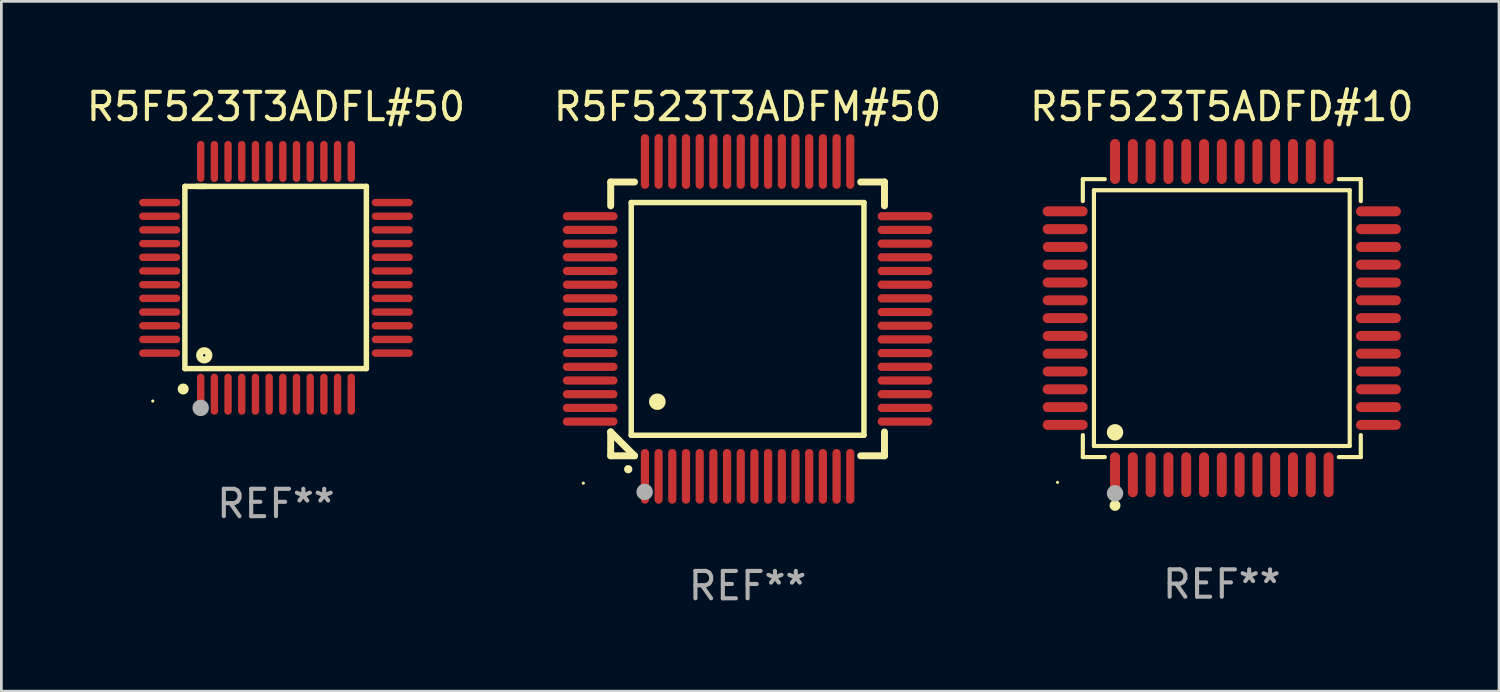
<source format=kicad_pcb>
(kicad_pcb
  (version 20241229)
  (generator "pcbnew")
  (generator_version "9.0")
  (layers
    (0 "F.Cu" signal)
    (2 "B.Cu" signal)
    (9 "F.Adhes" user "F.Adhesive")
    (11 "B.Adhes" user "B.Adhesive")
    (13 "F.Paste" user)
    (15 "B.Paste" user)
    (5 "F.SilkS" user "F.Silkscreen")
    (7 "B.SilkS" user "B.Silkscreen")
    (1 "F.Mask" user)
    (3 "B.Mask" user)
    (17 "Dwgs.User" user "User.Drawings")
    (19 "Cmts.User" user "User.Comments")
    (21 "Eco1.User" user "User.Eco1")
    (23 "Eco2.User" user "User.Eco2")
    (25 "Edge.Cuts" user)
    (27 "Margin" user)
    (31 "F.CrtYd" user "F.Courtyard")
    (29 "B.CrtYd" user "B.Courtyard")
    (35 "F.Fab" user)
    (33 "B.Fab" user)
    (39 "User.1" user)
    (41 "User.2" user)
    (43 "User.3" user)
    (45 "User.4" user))
  (footprint "R5F523T5ADFD#10"
    (layer "F.Cu")
    (at 41.577 8.569)
    (property "Reference" "R5F523T5ADFD#10" (at 0 -7.721 0) (layer "F.SilkS") (effects (font (size 1 1) (thickness 0.15))))
    (attr through_hole)
    (fp_line (start -5.076 -5.076) (end -4.273 -5.076) (stroke (width 0.152) (type solid)) (layer "F.SilkS"))
    (fp_line (start -5.076 -4.273) (end -5.076 -5.076) (stroke (width 0.152) (type solid)) (layer "F.SilkS"))
    (fp_line (start -5.076 4.273) (end -5.076 5.076) (stroke (width 0.152) (type solid)) (layer "F.SilkS"))
    (fp_line (start -5.076 5.076) (end -4.273 5.076) (stroke (width 0.152) (type solid)) (layer "F.SilkS"))
    (fp_line (start -4.671 -4.671) (end 4.671 -4.671) (stroke (width 0.152) (type solid)) (layer "F.SilkS"))
    (fp_line (start -4.671 4.671) (end -4.671 -4.671) (stroke (width 0.152) (type solid)) (layer "F.SilkS"))
    (fp_line (start 4.671 -4.671) (end 4.671 4.671) (stroke (width 0.152) (type solid)) (layer "F.SilkS"))
    (fp_line (start 4.671 4.671) (end -4.671 4.671) (stroke (width 0.152) (type solid)) (layer "F.SilkS"))
    (fp_line (start 5.076 -5.076) (end 4.273 -5.076) (stroke (width 0.152) (type solid)) (layer "F.SilkS"))
    (fp_line (start 5.076 -4.273) (end 5.076 -5.076) (stroke (width 0.152) (type solid)) (layer "F.SilkS"))
    (fp_line (start 5.076 4.273) (end 5.076 5.076) (stroke (width 0.152) (type solid)) (layer "F.SilkS"))
    (fp_line (start 5.076 5.076) (end 4.273 5.076) (stroke (width 0.152) (type solid)) (layer "F.SilkS"))
    (fp_circle (center -6 6) (end -5.97 6) (stroke (width 0.06) (type solid)) (fill no) (layer "F.SilkS"))
    (fp_circle (center -3.9 4.171) (end -3.75 4.171) (stroke (width 0.3) (type solid)) (fill no) (layer "F.SilkS"))
    (fp_circle (center -3.9 6.842) (end -3.8 6.842) (stroke (width 0.2) (type solid)) (fill no) (layer "F.SilkS"))
    (fp_circle (center -3.9 6.4) (end -3.75 6.4) (stroke (width 0.3) (type solid)) (fill no) (layer "F.Fab"))
    (fp_text user "REF**" (at 0 9.721 0) (layer "F.Fab") (effects (font (size 1 1) (thickness 0.15))))
    (pad "1" smd oval (at -3.9 5.721) (size 0.364 1.642) (layers "F.Cu" "F.Mask" "F.Paste"))
    (pad "2" smd oval (at -3.25 5.721) (size 0.364 1.642) (layers "F.Cu" "F.Mask" "F.Paste"))
    (pad "3" smd oval (at -2.6 5.721) (size 0.364 1.642) (layers "F.Cu" "F.Mask" "F.Paste"))
    (pad "4" smd oval (at -1.95 5.721) (size 0.364 1.642) (layers "F.Cu" "F.Mask" "F.Paste"))
    (pad "5" smd oval (at -1.3 5.721) (size 0.364 1.642) (layers "F.Cu" "F.Mask" "F.Paste"))
    (pad "6" smd oval (at -0.65 5.721) (size 0.364 1.642) (layers "F.Cu" "F.Mask" "F.Paste"))
    (pad "7" smd oval (at 0 5.721) (size 0.364 1.642) (layers "F.Cu" "F.Mask" "F.Paste"))
    (pad "8" smd oval (at 0.65 5.721) (size 0.364 1.642) (layers "F.Cu" "F.Mask" "F.Paste"))
    (pad "9" smd oval (at 1.3 5.721) (size 0.364 1.642) (layers "F.Cu" "F.Mask" "F.Paste"))
    (pad "10" smd oval (at 1.95 5.721) (size 0.364 1.642) (layers "F.Cu" "F.Mask" "F.Paste"))
    (pad "11" smd oval (at 2.6 5.721) (size 0.364 1.642) (layers "F.Cu" "F.Mask" "F.Paste"))
    (pad "12" smd oval (at 3.25 5.721) (size 0.364 1.642) (layers "F.Cu" "F.Mask" "F.Paste"))
    (pad "13" smd oval (at 3.9 5.721) (size 0.364 1.642) (layers "F.Cu" "F.Mask" "F.Paste"))
    (pad "14" smd oval (at 5.721 3.9) (size 1.642 0.364) (layers "F.Cu" "F.Mask" "F.Paste"))
    (pad "15" smd oval (at 5.721 3.25) (size 1.642 0.364) (layers "F.Cu" "F.Mask" "F.Paste"))
    (pad "16" smd oval (at 5.721 2.6) (size 1.642 0.364) (layers "F.Cu" "F.Mask" "F.Paste"))
    (pad "17" smd oval (at 5.721 1.95) (size 1.642 0.364) (layers "F.Cu" "F.Mask" "F.Paste"))
    (pad "18" smd oval (at 5.721 1.3) (size 1.642 0.364) (layers "F.Cu" "F.Mask" "F.Paste"))
    (pad "19" smd oval (at 5.721 0.65) (size 1.642 0.364) (layers "F.Cu" "F.Mask" "F.Paste"))
    (pad "20" smd oval (at 5.721 0) (size 1.642 0.364) (layers "F.Cu" "F.Mask" "F.Paste"))
    (pad "21" smd oval (at 5.721 -0.65) (size 1.642 0.364) (layers "F.Cu" "F.Mask" "F.Paste"))
    (pad "22" smd oval (at 5.721 -1.3) (size 1.642 0.364) (layers "F.Cu" "F.Mask" "F.Paste"))
    (pad "23" smd oval (at 5.721 -1.95) (size 1.642 0.364) (layers "F.Cu" "F.Mask" "F.Paste"))
    (pad "24" smd oval (at 5.721 -2.6) (size 1.642 0.364) (layers "F.Cu" "F.Mask" "F.Paste"))
    (pad "25" smd oval (at 5.721 -3.25) (size 1.642 0.364) (layers "F.Cu" "F.Mask" "F.Paste"))
    (pad "26" smd oval (at 5.721 -3.9) (size 1.642 0.364) (layers "F.Cu" "F.Mask" "F.Paste"))
    (pad "27" smd oval (at 3.9 -5.721) (size 0.364 1.642) (layers "F.Cu" "F.Mask" "F.Paste"))
    (pad "28" smd oval (at 3.25 -5.721) (size 0.364 1.642) (layers "F.Cu" "F.Mask" "F.Paste"))
    (pad "29" smd oval (at 2.6 -5.721) (size 0.364 1.642) (layers "F.Cu" "F.Mask" "F.Paste"))
    (pad "30" smd oval (at 1.95 -5.721) (size 0.364 1.642) (layers "F.Cu" "F.Mask" "F.Paste"))
    (pad "31" smd oval (at 1.3 -5.721) (size 0.364 1.642) (layers "F.Cu" "F.Mask" "F.Paste"))
    (pad "32" smd oval (at 0.65 -5.721) (size 0.364 1.642) (layers "F.Cu" "F.Mask" "F.Paste"))
    (pad "33" smd oval (at 0 -5.721) (size 0.364 1.642) (layers "F.Cu" "F.Mask" "F.Paste"))
    (pad "34" smd oval (at -0.65 -5.721) (size 0.364 1.642) (layers "F.Cu" "F.Mask" "F.Paste"))
    (pad "35" smd oval (at -1.3 -5.721) (size 0.364 1.642) (layers "F.Cu" "F.Mask" "F.Paste"))
    (pad "36" smd oval (at -1.95 -5.721) (size 0.364 1.642) (layers "F.Cu" "F.Mask" "F.Paste"))
    (pad "37" smd oval (at -2.6 -5.721) (size 0.364 1.642) (layers "F.Cu" "F.Mask" "F.Paste"))
    (pad "38" smd oval (at -3.25 -5.721) (size 0.364 1.642) (layers "F.Cu" "F.Mask" "F.Paste"))
    (pad "39" smd oval (at -3.9 -5.721) (size 0.364 1.642) (layers "F.Cu" "F.Mask" "F.Paste"))
    (pad "40" smd oval (at -5.721 -3.9) (size 1.642 0.364) (layers "F.Cu" "F.Mask" "F.Paste"))
    (pad "41" smd oval (at -5.721 -3.25) (size 1.642 0.364) (layers "F.Cu" "F.Mask" "F.Paste"))
    (pad "42" smd oval (at -5.721 -2.6) (size 1.642 0.364) (layers "F.Cu" "F.Mask" "F.Paste"))
    (pad "43" smd oval (at -5.721 -1.95) (size 1.642 0.364) (layers "F.Cu" "F.Mask" "F.Paste"))
    (pad "44" smd oval (at -5.721 -1.3) (size 1.642 0.364) (layers "F.Cu" "F.Mask" "F.Paste"))
    (pad "45" smd oval (at -5.721 -0.65) (size 1.642 0.364) (layers "F.Cu" "F.Mask" "F.Paste"))
    (pad "46" smd oval (at -5.721 0) (size 1.642 0.364) (layers "F.Cu" "F.Mask" "F.Paste"))
    (pad "47" smd oval (at -5.721 0.65) (size 1.642 0.364) (layers "F.Cu" "F.Mask" "F.Paste"))
    (pad "48" smd oval (at -5.721 1.3) (size 1.642 0.364) (layers "F.Cu" "F.Mask" "F.Paste"))
    (pad "49" smd oval (at -5.721 1.95) (size 1.642 0.364) (layers "F.Cu" "F.Mask" "F.Paste"))
    (pad "50" smd oval (at -5.721 2.6) (size 1.642 0.364) (layers "F.Cu" "F.Mask" "F.Paste"))
    (pad "51" smd oval (at -5.721 3.25) (size 1.642 0.364) (layers "F.Cu" "F.Mask" "F.Paste"))
    (pad "52" smd oval (at -5.721 3.9) (size 1.642 0.364) (layers "F.Cu" "F.Mask" "F.Paste")))
  (footprint "R5F523T3ADFL#50"
    (layer "F.Cu")
    (at 7.03 7.098)
    (property "Reference" "R5F523T3ADFL#50" (at 0 -6.25 0) (layer "F.SilkS") (effects (font (size 1 1) (thickness 0.15))))
    (attr through_hole)
    (fp_line (start -3.327 -3.34) (end -2.565 -3.34) (stroke (width 0.2) (type solid)) (layer "F.SilkS"))
    (fp_line (start -3.327 3.315) (end -3.327 -3.34) (stroke (width 0.2) (type solid)) (layer "F.SilkS"))
    (fp_line (start -2.896 -3.34) (end 3.302 -3.34) (stroke (width 0.2) (type solid)) (layer "F.SilkS"))
    (fp_line (start 3.302 -3.34) (end 3.302 3.315) (stroke (width 0.2) (type solid)) (layer "F.SilkS"))
    (fp_line (start 3.302 3.315) (end -3.327 3.315) (stroke (width 0.2) (type solid)) (layer "F.SilkS"))
    (fp_arc (start -3.389992 4.059995) (mid -3.388722 4.059991) (end -3.387452 4.059995) (stroke (width 0.4) (type solid)) (layer "F.SilkS"))
    (fp_circle (center -4.5 4.5) (end -4.47 4.5) (stroke (width 0.06) (type solid)) (fill no) (layer "F.SilkS"))
    (fp_circle (center -2.62 2.83) (end -2.45 2.83) (stroke (width 0.254) (type solid)) (fill no) (layer "F.SilkS"))
    (fp_circle (center -2.75 4.75) (end -2.6 4.75) (stroke (width 0.3) (type solid)) (fill no) (layer "F.Fab"))
    (fp_text user "REF**" (at 0 8.25 0) (layer "F.Fab") (effects (font (size 1 1) (thickness 0.15))))
    (pad "1" smd oval (at -2.75 4.25) (size 0.27 1.5) (layers "F.Cu" "F.Mask" "F.Paste"))
    (pad "2" smd oval (at -2.25 4.25) (size 0.27 1.5) (layers "F.Cu" "F.Mask" "F.Paste"))
    (pad "3" smd oval (at -1.75 4.25) (size 0.27 1.5) (layers "F.Cu" "F.Mask" "F.Paste"))
    (pad "4" smd oval (at -1.25 4.25) (size 0.27 1.5) (layers "F.Cu" "F.Mask" "F.Paste"))
    (pad "5" smd oval (at -0.75 4.25) (size 0.27 1.5) (layers "F.Cu" "F.Mask" "F.Paste"))
    (pad "6" smd oval (at -0.25 4.25) (size 0.27 1.5) (layers "F.Cu" "F.Mask" "F.Paste"))
    (pad "7" smd oval (at 0.25 4.25) (size 0.27 1.5) (layers "F.Cu" "F.Mask" "F.Paste"))
    (pad "8" smd oval (at 0.75 4.25) (size 0.27 1.5) (layers "F.Cu" "F.Mask" "F.Paste"))
    (pad "9" smd oval (at 1.25 4.25) (size 0.27 1.5) (layers "F.Cu" "F.Mask" "F.Paste"))
    (pad "10" smd oval (at 1.75 4.25) (size 0.27 1.5) (layers "F.Cu" "F.Mask" "F.Paste"))
    (pad "11" smd oval (at 2.25 4.25) (size 0.27 1.5) (layers "F.Cu" "F.Mask" "F.Paste"))
    (pad "12" smd oval (at 2.75 4.25) (size 0.27 1.5) (layers "F.Cu" "F.Mask" "F.Paste"))
    (pad "13" smd oval (at 4.25 2.75) (size 1.5 0.27) (layers "F.Cu" "F.Mask" "F.Paste"))
    (pad "14" smd oval (at 4.25 2.25) (size 1.5 0.27) (layers "F.Cu" "F.Mask" "F.Paste"))
    (pad "15" smd oval (at 4.25 1.75) (size 1.5 0.27) (layers "F.Cu" "F.Mask" "F.Paste"))
    (pad "16" smd oval (at 4.25 1.25) (size 1.5 0.27) (layers "F.Cu" "F.Mask" "F.Paste"))
    (pad "17" smd oval (at 4.25 0.75) (size 1.5 0.27) (layers "F.Cu" "F.Mask" "F.Paste"))
    (pad "18" smd oval (at 4.25 0.25) (size 1.5 0.27) (layers "F.Cu" "F.Mask" "F.Paste"))
    (pad "19" smd oval (at 4.25 -0.25) (size 1.5 0.27) (layers "F.Cu" "F.Mask" "F.Paste"))
    (pad "20" smd oval (at 4.25 -0.75) (size 1.5 0.27) (layers "F.Cu" "F.Mask" "F.Paste"))
    (pad "21" smd oval (at 4.25 -1.25) (size 1.5 0.27) (layers "F.Cu" "F.Mask" "F.Paste"))
    (pad "22" smd oval (at 4.25 -1.75) (size 1.5 0.27) (layers "F.Cu" "F.Mask" "F.Paste"))
    (pad "23" smd oval (at 4.25 -2.25) (size 1.5 0.27) (layers "F.Cu" "F.Mask" "F.Paste"))
    (pad "24" smd oval (at 4.25 -2.75) (size 1.5 0.27) (layers "F.Cu" "F.Mask" "F.Paste"))
    (pad "25" smd oval (at 2.75 -4.25) (size 0.27 1.5) (layers "F.Cu" "F.Mask" "F.Paste"))
    (pad "26" smd oval (at 2.25 -4.25) (size 0.27 1.5) (layers "F.Cu" "F.Mask" "F.Paste"))
    (pad "27" smd oval (at 1.75 -4.25) (size 0.27 1.5) (layers "F.Cu" "F.Mask" "F.Paste"))
    (pad "28" smd oval (at 1.25 -4.25) (size 0.27 1.5) (layers "F.Cu" "F.Mask" "F.Paste"))
    (pad "29" smd oval (at 0.75 -4.25) (size 0.27 1.5) (layers "F.Cu" "F.Mask" "F.Paste"))
    (pad "30" smd oval (at 0.25 -4.25) (size 0.27 1.5) (layers "F.Cu" "F.Mask" "F.Paste"))
    (pad "31" smd oval (at -0.25 -4.25) (size 0.27 1.5) (layers "F.Cu" "F.Mask" "F.Paste"))
    (pad "32" smd oval (at -0.75 -4.25) (size 0.27 1.5) (layers "F.Cu" "F.Mask" "F.Paste"))
    (pad "33" smd oval (at -1.25 -4.25) (size 0.27 1.5) (layers "F.Cu" "F.Mask" "F.Paste"))
    (pad "34" smd oval (at -1.75 -4.25) (size 0.27 1.5) (layers "F.Cu" "F.Mask" "F.Paste"))
    (pad "35" smd oval (at -2.25 -4.25) (size 0.27 1.5) (layers "F.Cu" "F.Mask" "F.Paste"))
    (pad "36" smd oval (at -2.75 -4.25) (size 0.27 1.5) (layers "F.Cu" "F.Mask" "F.Paste"))
    (pad "37" smd oval (at -4.25 -2.75) (size 1.5 0.27) (layers "F.Cu" "F.Mask" "F.Paste"))
    (pad "38" smd oval (at -4.25 -2.25) (size 1.5 0.27) (layers "F.Cu" "F.Mask" "F.Paste"))
    (pad "39" smd oval (at -4.25 -1.75) (size 1.5 0.27) (layers "F.Cu" "F.Mask" "F.Paste"))
    (pad "40" smd oval (at -4.25 -1.25) (size 1.5 0.27) (layers "F.Cu" "F.Mask" "F.Paste"))
    (pad "41" smd oval (at -4.25 -0.75) (size 1.5 0.27) (layers "F.Cu" "F.Mask" "F.Paste"))
    (pad "42" smd oval (at -4.25 -0.25) (size 1.5 0.27) (layers "F.Cu" "F.Mask" "F.Paste"))
    (pad "43" smd oval (at -4.25 0.25) (size 1.5 0.27) (layers "F.Cu" "F.Mask" "F.Paste"))
    (pad "44" smd oval (at -4.25 0.75) (size 1.5 0.27) (layers "F.Cu" "F.Mask" "F.Paste"))
    (pad "45" smd oval (at -4.25 1.25) (size 1.5 0.27) (layers "F.Cu" "F.Mask" "F.Paste"))
    (pad "46" smd oval (at -4.25 1.75) (size 1.5 0.27) (layers "F.Cu" "F.Mask" "F.Paste"))
    (pad "47" smd oval (at -4.25 2.25) (size 1.5 0.27) (layers "F.Cu" "F.Mask" "F.Paste"))
    (pad "48" smd oval (at -4.25 2.75) (size 1.5 0.27) (layers "F.Cu" "F.Mask" "F.Paste")))
  (footprint "R5F523T3ADFM#50"
    (layer "F.Cu")
    (at 24.256 8.598)
    (property "Reference" "R5F523T3ADFM#50" (at 0 -7.75 0) (layer "F.SilkS") (effects (font (size 1 1) (thickness 0.15))))
    (attr through_hole)
    (fp_line (start -5 -5) (end -4.131 -5) (stroke (width 0.254) (type solid)) (layer "F.SilkS"))
    (fp_line (start -5 -4.131) (end -5 -5) (stroke (width 0.254) (type solid)) (layer "F.SilkS"))
    (fp_line (start -5 4.131) (end -5 4.131) (stroke (width 0.254) (type solid)) (layer "F.SilkS"))
    (fp_line (start -5 5) (end -5 4.131) (stroke (width 0.254) (type solid)) (layer "F.SilkS"))
    (fp_line (start -5 4.131) (end -4.131 5) (stroke (width 0.254) (type solid)) (layer "F.SilkS"))
    (fp_line (start -4.25 -4.25) (end -4.25 4.25) (stroke (width 0.2) (type solid)) (layer "F.SilkS"))
    (fp_line (start -4.25 4.25) (end 4.25 4.25) (stroke (width 0.2) (type solid)) (layer "F.SilkS"))
    (fp_line (start -4.131 5) (end -5 5) (stroke (width 0.254) (type solid)) (layer "F.SilkS"))
    (fp_line (start 4.25 -4.25) (end -4.25 -4.25) (stroke (width 0.2) (type solid)) (layer "F.SilkS"))
    (fp_line (start 4.25 4.25) (end 4.25 -4.25) (stroke (width 0.2) (type solid)) (layer "F.SilkS"))
    (fp_line (start 5 -5) (end 4.131 -5) (stroke (width 0.254) (type solid)) (layer "F.SilkS"))
    (fp_line (start 5 -5) (end 5 -4.131) (stroke (width 0.254) (type solid)) (layer "F.SilkS"))
    (fp_line (start 5 4.131) (end 5 5) (stroke (width 0.254) (type solid)) (layer "F.SilkS"))
    (fp_line (start 5 5) (end 4.131 5) (stroke (width 0.254) (type solid)) (layer "F.SilkS"))
    (fp_arc (start -4.361265 5.489992) (mid -4.359995 5.489987) (end -4.358725 5.489992) (stroke (width 0.3) (type solid)) (layer "F.SilkS"))
    (fp_arc (start -3.299467 3.025146) (mid -3.296927 3.025135) (end -3.294387 3.025146) (stroke (width 0.6) (type solid)) (layer "F.SilkS"))
    (fp_circle (center -6 6) (end -5.97 6) (stroke (width 0.06) (type solid)) (fill no) (layer "F.SilkS"))
    (fp_circle (center -3.76 6.32) (end -3.61 6.32) (stroke (width 0.3) (type solid)) (fill no) (layer "F.Fab"))
    (fp_text user "REF**" (at 0 9.75 0) (layer "F.Fab") (effects (font (size 1 1) (thickness 0.15))))
    (pad "1" smd oval (at -3.75 5.75) (size 0.3 2) (layers "F.Cu" "F.Mask" "F.Paste"))
    (pad "2" smd oval (at -3.25 5.75) (size 0.3 2) (layers "F.Cu" "F.Mask" "F.Paste"))
    (pad "3" smd oval (at -2.75 5.75) (size 0.3 2) (layers "F.Cu" "F.Mask" "F.Paste"))
    (pad "4" smd oval (at -2.25 5.75) (size 0.3 2) (layers "F.Cu" "F.Mask" "F.Paste"))
    (pad "5" smd oval (at -1.75 5.75) (size 0.3 2) (layers "F.Cu" "F.Mask" "F.Paste"))
    (pad "6" smd oval (at -1.25 5.75) (size 0.3 2) (layers "F.Cu" "F.Mask" "F.Paste"))
    (pad "7" smd oval (at -0.75 5.75) (size 0.3 2) (layers "F.Cu" "F.Mask" "F.Paste"))
    (pad "8" smd oval (at -0.25 5.75) (size 0.3 2) (layers "F.Cu" "F.Mask" "F.Paste"))
    (pad "9" smd oval (at 0.25 5.75) (size 0.3 2) (layers "F.Cu" "F.Mask" "F.Paste"))
    (pad "10" smd oval (at 0.75 5.75) (size 0.3 2) (layers "F.Cu" "F.Mask" "F.Paste"))
    (pad "11" smd oval (at 1.25 5.75) (size 0.3 2) (layers "F.Cu" "F.Mask" "F.Paste"))
    (pad "12" smd oval (at 1.75 5.75) (size 0.3 2) (layers "F.Cu" "F.Mask" "F.Paste"))
    (pad "13" smd oval (at 2.25 5.75) (size 0.3 2) (layers "F.Cu" "F.Mask" "F.Paste"))
    (pad "14" smd oval (at 2.75 5.75) (size 0.3 2) (layers "F.Cu" "F.Mask" "F.Paste"))
    (pad "15" smd oval (at 3.25 5.75) (size 0.3 2) (layers "F.Cu" "F.Mask" "F.Paste"))
    (pad "16" smd oval (at 3.75 5.75) (size 0.3 2) (layers "F.Cu" "F.Mask" "F.Paste"))
    (pad "17" smd oval (at 5.75 3.75) (size 2 0.3) (layers "F.Cu" "F.Mask" "F.Paste"))
    (pad "18" smd oval (at 5.75 3.25) (size 2 0.3) (layers "F.Cu" "F.Mask" "F.Paste"))
    (pad "19" smd oval (at 5.75 2.75) (size 2 0.3) (layers "F.Cu" "F.Mask" "F.Paste"))
    (pad "20" smd oval (at 5.75 2.25) (size 2 0.3) (layers "F.Cu" "F.Mask" "F.Paste"))
    (pad "21" smd oval (at 5.75 1.75) (size 2 0.3) (layers "F.Cu" "F.Mask" "F.Paste"))
    (pad "22" smd oval (at 5.75 1.25) (size 2 0.3) (layers "F.Cu" "F.Mask" "F.Paste"))
    (pad "23" smd oval (at 5.75 0.75) (size 2 0.3) (layers "F.Cu" "F.Mask" "F.Paste"))
    (pad "24" smd oval (at 5.75 0.25) (size 2 0.3) (layers "F.Cu" "F.Mask" "F.Paste"))
    (pad "25" smd oval (at 5.75 -0.25) (size 2 0.3) (layers "F.Cu" "F.Mask" "F.Paste"))
    (pad "26" smd oval (at 5.75 -0.75) (size 2 0.3) (layers "F.Cu" "F.Mask" "F.Paste"))
    (pad "27" smd oval (at 5.75 -1.25) (size 2 0.3) (layers "F.Cu" "F.Mask" "F.Paste"))
    (pad "28" smd oval (at 5.75 -1.75) (size 2 0.3) (layers "F.Cu" "F.Mask" "F.Paste"))
    (pad "29" smd oval (at 5.75 -2.25) (size 2 0.3) (layers "F.Cu" "F.Mask" "F.Paste"))
    (pad "30" smd oval (at 5.75 -2.75) (size 2 0.3) (layers "F.Cu" "F.Mask" "F.Paste"))
    (pad "31" smd oval (at 5.75 -3.25) (size 2 0.3) (layers "F.Cu" "F.Mask" "F.Paste"))
    (pad "32" smd oval (at 5.75 -3.75) (size 2 0.3) (layers "F.Cu" "F.Mask" "F.Paste"))
    (pad "33" smd oval (at 3.75 -5.75) (size 0.3 2) (layers "F.Cu" "F.Mask" "F.Paste"))
    (pad "34" smd oval (at 3.25 -5.75) (size 0.3 2) (layers "F.Cu" "F.Mask" "F.Paste"))
    (pad "35" smd oval (at 2.75 -5.75) (size 0.3 2) (layers "F.Cu" "F.Mask" "F.Paste"))
    (pad "36" smd oval (at 2.25 -5.75) (size 0.3 2) (layers "F.Cu" "F.Mask" "F.Paste"))
    (pad "37" smd oval (at 1.75 -5.75) (size 0.3 2) (layers "F.Cu" "F.Mask" "F.Paste"))
    (pad "38" smd oval (at 1.25 -5.75) (size 0.3 2) (layers "F.Cu" "F.Mask" "F.Paste"))
    (pad "39" smd oval (at 0.75 -5.75) (size 0.3 2) (layers "F.Cu" "F.Mask" "F.Paste"))
    (pad "40" smd oval (at 0.25 -5.75) (size 0.3 2) (layers "F.Cu" "F.Mask" "F.Paste"))
    (pad "41" smd oval (at -0.25 -5.75) (size 0.3 2) (layers "F.Cu" "F.Mask" "F.Paste"))
    (pad "42" smd oval (at -0.75 -5.75) (size 0.3 2) (layers "F.Cu" "F.Mask" "F.Paste"))
    (pad "43" smd oval (at -1.25 -5.75) (size 0.3 2) (layers "F.Cu" "F.Mask" "F.Paste"))
    (pad "44" smd oval (at -1.75 -5.75) (size 0.3 2) (layers "F.Cu" "F.Mask" "F.Paste"))
    (pad "45" smd oval (at -2.25 -5.75) (size 0.3 2) (layers "F.Cu" "F.Mask" "F.Paste"))
    (pad "46" smd oval (at -2.75 -5.75) (size 0.3 2) (layers "F.Cu" "F.Mask" "F.Paste"))
    (pad "47" smd oval (at -3.25 -5.75) (size 0.3 2) (layers "F.Cu" "F.Mask" "F.Paste"))
    (pad "48" smd oval (at -3.75 -5.75) (size 0.3 2) (layers "F.Cu" "F.Mask" "F.Paste"))
    (pad "49" smd oval (at -5.75 -3.75) (size 2 0.3) (layers "F.Cu" "F.Mask" "F.Paste"))
    (pad "50" smd oval (at -5.75 -3.25) (size 2 0.3) (layers "F.Cu" "F.Mask" "F.Paste"))
    (pad "51" smd oval (at -5.75 -2.75) (size 2 0.3) (layers "F.Cu" "F.Mask" "F.Paste"))
    (pad "52" smd oval (at -5.75 -2.25) (size 2 0.3) (layers "F.Cu" "F.Mask" "F.Paste"))
    (pad "53" smd oval (at -5.75 -1.75) (size 2 0.3) (layers "F.Cu" "F.Mask" "F.Paste"))
    (pad "54" smd oval (at -5.75 -1.25) (size 2 0.3) (layers "F.Cu" "F.Mask" "F.Paste"))
    (pad "55" smd oval (at -5.75 -0.75) (size 2 0.3) (layers "F.Cu" "F.Mask" "F.Paste"))
    (pad "56" smd oval (at -5.75 -0.25) (size 2 0.3) (layers "F.Cu" "F.Mask" "F.Paste"))
    (pad "57" smd oval (at -5.75 0.25) (size 2 0.3) (layers "F.Cu" "F.Mask" "F.Paste"))
    (pad "58" smd oval (at -5.75 0.75) (size 2 0.3) (layers "F.Cu" "F.Mask" "F.Paste"))
    (pad "59" smd oval (at -5.75 1.25) (size 2 0.3) (layers "F.Cu" "F.Mask" "F.Paste"))
    (pad "60" smd oval (at -5.75 1.75) (size 2 0.3) (layers "F.Cu" "F.Mask" "F.Paste"))
    (pad "61" smd oval (at -5.75 2.25) (size 2 0.3) (layers "F.Cu" "F.Mask" "F.Paste"))
    (pad "62" smd oval (at -5.75 2.75) (size 2 0.3) (layers "F.Cu" "F.Mask" "F.Paste"))
    (pad "63" smd oval (at -5.75 3.25) (size 2 0.3) (layers "F.Cu" "F.Mask" "F.Paste"))
    (pad "64" smd oval (at -5.75 3.75) (size 2 0.3) (layers "F.Cu" "F.Mask" "F.Paste")))
  (gr_rect
    (start -3 -3)
    (end 51.702 22.196)
    (stroke (width 0.1) (type default))
    (fill no)
    (layer "Edge.Cuts")))
</source>
